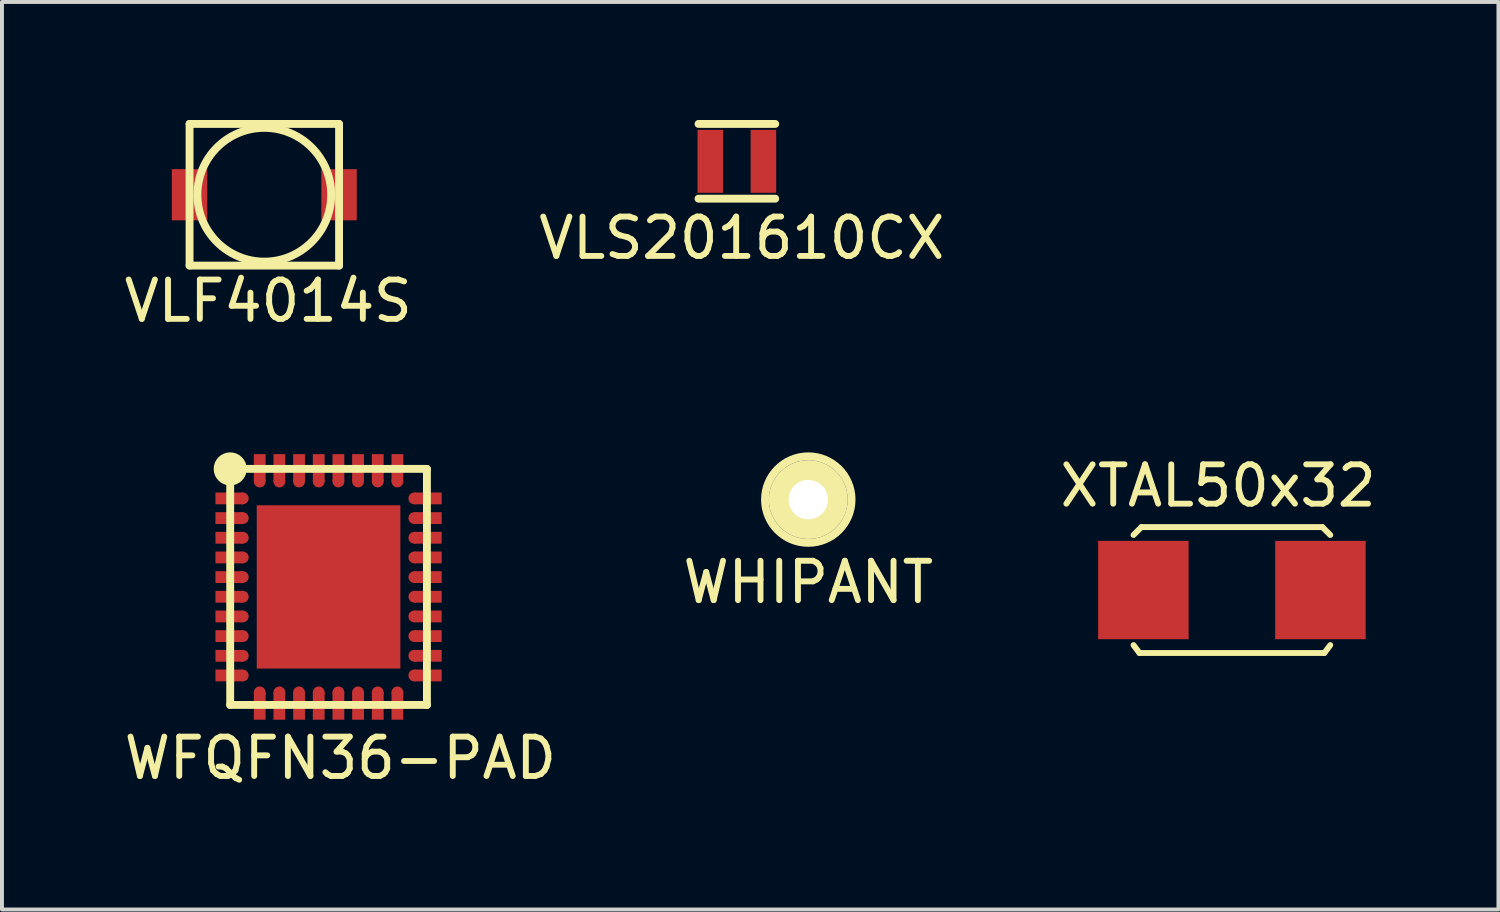
<source format=kicad_pcb>
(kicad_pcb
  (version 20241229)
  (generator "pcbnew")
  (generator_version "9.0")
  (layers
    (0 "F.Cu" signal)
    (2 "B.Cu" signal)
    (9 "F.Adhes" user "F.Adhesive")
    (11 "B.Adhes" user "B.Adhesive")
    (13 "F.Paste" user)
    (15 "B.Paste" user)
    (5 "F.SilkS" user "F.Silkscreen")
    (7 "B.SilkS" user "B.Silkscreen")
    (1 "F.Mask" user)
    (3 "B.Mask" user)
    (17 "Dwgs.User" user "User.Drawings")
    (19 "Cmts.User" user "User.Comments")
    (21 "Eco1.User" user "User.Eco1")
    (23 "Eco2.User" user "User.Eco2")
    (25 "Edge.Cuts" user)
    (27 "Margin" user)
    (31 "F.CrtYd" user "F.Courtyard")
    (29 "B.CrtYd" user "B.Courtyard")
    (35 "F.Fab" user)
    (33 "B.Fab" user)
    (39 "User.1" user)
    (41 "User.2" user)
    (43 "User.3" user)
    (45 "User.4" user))
  (footprint "VLF4014S"
    (layer "F.Cu")
    (at 1.768 1.9)
    (property "Reference" "VLF4014S" (at 2 2.7 0) (layer "F.SilkS") (effects (font (size 1 1) (thickness 0.15))))
    (attr through_hole)
    (fp_line (start 0 -1.8) (end 3.8 -1.8) (stroke (width 0.2) (type solid)) (layer "F.SilkS"))
    (fp_line (start 0 1.8) (end 0 -1.8) (stroke (width 0.2) (type solid)) (layer "F.SilkS"))
    (fp_line (start 3.8 -1.8) (end 3.8 1.8) (stroke (width 0.2) (type solid)) (layer "F.SilkS"))
    (fp_line (start 3.8 1.8) (end 0 1.8) (stroke (width 0.2) (type solid)) (layer "F.SilkS"))
    (fp_circle (center 1.9 0) (end 3.6 0) (stroke (width 0.2) (type solid)) (fill no) (layer "F.SilkS"))
    (pad "1" smd rect (at 0 0) (size 0.9 1.3) (layers "F.Cu" "F.Mask" "F.Paste"))
    (pad "2" smd rect (at 3.8 0) (size 0.9 1.3) (layers "F.Cu" "F.Mask" "F.Paste")))
  (footprint "WFQFN36-PAD"
    (layer "F.Cu")
    (at 2.851 9.618)
    (property "Reference" "WFQFN36-PAD" (at 2.75 6.6 0) (layer "F.SilkS") (effects (font (size 1 1) (thickness 0.15))))
    (attr through_hole)
    (fp_line (start -0.05 -0.75) (end 4.95 -0.75) (stroke (width 0.2) (type solid)) (layer "F.SilkS"))
    (fp_line (start -0.05 5.25) (end -0.05 -0.75) (stroke (width 0.2) (type solid)) (layer "F.SilkS"))
    (fp_line (start 4.95 -0.75) (end 4.95 5.25) (stroke (width 0.2) (type solid)) (layer "F.SilkS"))
    (fp_line (start 4.95 5.25) (end -0.05 5.25) (stroke (width 0.2) (type solid)) (layer "F.SilkS"))
    (fp_circle (center -0.05 -0.75) (end 0.1 -0.65) (stroke (width 0.2) (type solid)) (fill no) (layer "F.SilkS"))
    (fp_circle (center -0.05 -0.75) (end 0.2 -0.55) (stroke (width 0.2) (type solid)) (fill no) (layer "F.SilkS"))
    (pad "" smd rect (at 1.697 1.372) (size 1.3 1.55) (layers "F.Mask" "F.Paste"))
    (pad "" smd rect (at 1.697 3.128) (size 1.3 1.55) (layers "F.Mask" "F.Paste"))
    (pad "" smd rect (at 3.203 1.372) (size 1.3 1.55) (layers "F.Mask" "F.Paste"))
    (pad "" smd rect (at 3.203 3.128) (size 1.3 1.55) (layers "F.Mask" "F.Paste"))
    (pad "1" smd rect (at 0 0) (size 0.7 0.3) (drill (offset -0.075 0)) (layers "F.Cu" "F.Mask" "F.Paste"))
    (pad "1" smd circle (at 0.27 0) (size 0.3 0.3) (layers "F.Cu" "F.Mask" "F.Paste"))
    (pad "2" smd rect (at 0 0.5) (size 0.7 0.3) (drill (offset -0.075 0)) (layers "F.Cu" "F.Mask" "F.Paste"))
    (pad "2" smd circle (at 0.27 0.5) (size 0.3 0.3) (layers "F.Cu" "F.Mask" "F.Paste"))
    (pad "3" smd rect (at 0 1) (size 0.7 0.3) (drill (offset -0.075 0)) (layers "F.Cu" "F.Mask" "F.Paste"))
    (pad "3" smd circle (at 0.27 1) (size 0.3 0.3) (layers "F.Cu" "F.Mask" "F.Paste"))
    (pad "4" smd rect (at 0 1.5) (size 0.7 0.3) (drill (offset -0.075 0)) (layers "F.Cu" "F.Mask" "F.Paste"))
    (pad "4" smd circle (at 0.27 1.5) (size 0.3 0.3) (layers "F.Cu" "F.Mask" "F.Paste"))
    (pad "5" smd rect (at 0 2) (size 0.7 0.3) (drill (offset -0.075 0)) (layers "F.Cu" "F.Mask" "F.Paste"))
    (pad "5" smd circle (at 0.27 2) (size 0.3 0.3) (layers "F.Cu" "F.Mask" "F.Paste"))
    (pad "6" smd rect (at 0 2.5) (size 0.7 0.3) (drill (offset -0.075 0)) (layers "F.Cu" "F.Mask" "F.Paste"))
    (pad "6" smd circle (at 0.27 2.5) (size 0.3 0.3) (layers "F.Cu" "F.Mask" "F.Paste"))
    (pad "7" smd rect (at 0 3) (size 0.7 0.3) (drill (offset -0.075 0)) (layers "F.Cu" "F.Mask" "F.Paste"))
    (pad "7" smd circle (at 0.27 3) (size 0.3 0.3) (layers "F.Cu" "F.Mask" "F.Paste"))
    (pad "8" smd rect (at 0 3.5) (size 0.7 0.3) (drill (offset -0.075 0)) (layers "F.Cu" "F.Mask" "F.Paste"))
    (pad "8" smd circle (at 0.27 3.5) (size 0.3 0.3) (layers "F.Cu" "F.Mask" "F.Paste"))
    (pad "9" smd rect (at 0 4) (size 0.7 0.3) (drill (offset -0.075 0)) (layers "F.Cu" "F.Mask" "F.Paste"))
    (pad "9" smd circle (at 0.27 4) (size 0.3 0.3) (layers "F.Cu" "F.Mask" "F.Paste"))
    (pad "10" smd rect (at 0 4.5) (size 0.7 0.3) (drill (offset -0.075 0)) (layers "F.Cu" "F.Mask" "F.Paste"))
    (pad "10" smd circle (at 0.27 4.5) (size 0.3 0.3) (layers "F.Cu" "F.Mask" "F.Paste"))
    (pad "11" smd circle (at 0.7 4.93) (size 0.3 0.3) (layers "F.Cu" "F.Mask" "F.Paste"))
    (pad "11" smd rect (at 0.7 5.2) (size 0.3 0.7) (drill (offset 0 0.075)) (layers "F.Cu" "F.Mask" "F.Paste"))
    (pad "12" smd circle (at 1.2 4.93) (size 0.3 0.3) (layers "F.Cu" "F.Mask" "F.Paste"))
    (pad "12" smd rect (at 1.2 5.2) (size 0.3 0.7) (drill (offset 0 0.075)) (layers "F.Cu" "F.Mask" "F.Paste"))
    (pad "13" smd circle (at 1.7 4.93) (size 0.3 0.3) (layers "F.Cu" "F.Mask" "F.Paste"))
    (pad "13" smd rect (at 1.7 5.2) (size 0.3 0.7) (drill (offset 0 0.075)) (layers "F.Cu" "F.Mask" "F.Paste"))
    (pad "14" smd circle (at 2.2 4.93) (size 0.3 0.3) (layers "F.Cu" "F.Mask" "F.Paste"))
    (pad "14" smd rect (at 2.2 5.2) (size 0.3 0.7) (drill (offset 0 0.075)) (layers "F.Cu" "F.Mask" "F.Paste"))
    (pad "15" smd circle (at 2.7 4.93) (size 0.3 0.3) (layers "F.Cu" "F.Mask" "F.Paste"))
    (pad "15" smd rect (at 2.7 5.2) (size 0.3 0.7) (drill (offset 0 0.075)) (layers "F.Cu" "F.Mask" "F.Paste"))
    (pad "16" smd circle (at 3.2 4.93) (size 0.3 0.3) (layers "F.Cu" "F.Mask" "F.Paste"))
    (pad "16" smd rect (at 3.2 5.2) (size 0.3 0.7) (drill (offset 0 0.075)) (layers "F.Cu" "F.Mask" "F.Paste"))
    (pad "17" smd circle (at 3.7 4.93) (size 0.3 0.3) (layers "F.Cu" "F.Mask" "F.Paste"))
    (pad "17" smd rect (at 3.7 5.2) (size 0.3 0.7) (drill (offset 0 0.075)) (layers "F.Cu" "F.Mask" "F.Paste"))
    (pad "18" smd circle (at 4.2 4.93) (size 0.3 0.3) (layers "F.Cu" "F.Mask" "F.Paste"))
    (pad "18" smd rect (at 4.2 5.2) (size 0.3 0.7) (drill (offset 0 0.075)) (layers "F.Cu" "F.Mask" "F.Paste"))
    (pad "19" smd circle (at 4.63 4.5) (size 0.3 0.3) (layers "F.Cu" "F.Mask" "F.Paste"))
    (pad "19" smd rect (at 4.9 4.5) (size 0.7 0.3) (drill (offset 0.075 0)) (layers "F.Cu" "F.Mask" "F.Paste"))
    (pad "20" smd circle (at 4.63 4) (size 0.3 0.3) (layers "F.Cu" "F.Mask" "F.Paste"))
    (pad "20" smd rect (at 4.9 4) (size 0.7 0.3) (drill (offset 0.075 0)) (layers "F.Cu" "F.Mask" "F.Paste"))
    (pad "21" smd circle (at 4.63 3.5) (size 0.3 0.3) (layers "F.Cu" "F.Mask" "F.Paste"))
    (pad "21" smd rect (at 4.9 3.5) (size 0.7 0.3) (drill (offset 0.075 0)) (layers "F.Cu" "F.Mask" "F.Paste"))
    (pad "22" smd circle (at 4.63 3) (size 0.3 0.3) (layers "F.Cu" "F.Mask" "F.Paste"))
    (pad "22" smd rect (at 4.9 3) (size 0.7 0.3) (drill (offset 0.075 0)) (layers "F.Cu" "F.Mask" "F.Paste"))
    (pad "23" smd circle (at 4.63 2.5) (size 0.3 0.3) (layers "F.Cu" "F.Mask" "F.Paste"))
    (pad "23" smd rect (at 4.9 2.5) (size 0.7 0.3) (drill (offset 0.075 0)) (layers "F.Cu" "F.Mask" "F.Paste"))
    (pad "24" smd circle (at 4.63 2) (size 0.3 0.3) (layers "F.Cu" "F.Mask" "F.Paste"))
    (pad "24" smd rect (at 4.9 2) (size 0.7 0.3) (drill (offset 0.075 0)) (layers "F.Cu" "F.Mask" "F.Paste"))
    (pad "25" smd circle (at 4.63 1.5) (size 0.3 0.3) (layers "F.Cu" "F.Mask" "F.Paste"))
    (pad "25" smd rect (at 4.9 1.5) (size 0.7 0.3) (drill (offset 0.075 0)) (layers "F.Cu" "F.Mask" "F.Paste"))
    (pad "26" smd circle (at 4.63 1) (size 0.3 0.3) (layers "F.Cu" "F.Mask" "F.Paste"))
    (pad "26" smd rect (at 4.9 1) (size 0.7 0.3) (drill (offset 0.075 0)) (layers "F.Cu" "F.Mask" "F.Paste"))
    (pad "27" smd circle (at 4.63 0.5) (size 0.3 0.3) (layers "F.Cu" "F.Mask" "F.Paste"))
    (pad "27" smd rect (at 4.9 0.5) (size 0.7 0.3) (drill (offset 0.075 0)) (layers "F.Cu" "F.Mask" "F.Paste"))
    (pad "28" smd circle (at 4.63 0) (size 0.3 0.3) (layers "F.Cu" "F.Mask" "F.Paste"))
    (pad "28" smd rect (at 4.9 0) (size 0.7 0.3) (drill (offset 0.075 0)) (layers "F.Cu" "F.Mask" "F.Paste"))
    (pad "29" smd rect (at 4.2 -0.7) (size 0.3 0.7) (drill (offset 0 -0.075)) (layers "F.Cu" "F.Mask" "F.Paste"))
    (pad "29" smd circle (at 4.2 -0.43) (size 0.3 0.3) (layers "F.Cu" "F.Mask" "F.Paste"))
    (pad "30" smd rect (at 3.7 -0.7) (size 0.3 0.7) (drill (offset 0 -0.075)) (layers "F.Cu" "F.Mask" "F.Paste"))
    (pad "30" smd circle (at 3.7 -0.43) (size 0.3 0.3) (layers "F.Cu" "F.Mask" "F.Paste"))
    (pad "31" smd rect (at 3.2 -0.7) (size 0.3 0.7) (drill (offset 0 -0.075)) (layers "F.Cu" "F.Mask" "F.Paste"))
    (pad "31" smd circle (at 3.2 -0.43) (size 0.3 0.3) (layers "F.Cu" "F.Mask" "F.Paste"))
    (pad "32" smd rect (at 2.7 -0.7) (size 0.3 0.7) (drill (offset 0 -0.075)) (layers "F.Cu" "F.Mask" "F.Paste"))
    (pad "32" smd circle (at 2.7 -0.43) (size 0.3 0.3) (layers "F.Cu" "F.Mask" "F.Paste"))
    (pad "33" smd rect (at 2.2 -0.7) (size 0.3 0.7) (drill (offset 0 -0.075)) (layers "F.Cu" "F.Mask" "F.Paste"))
    (pad "33" smd circle (at 2.2 -0.43) (size 0.3 0.3) (layers "F.Cu" "F.Mask" "F.Paste"))
    (pad "34" smd rect (at 1.7 -0.7) (size 0.3 0.7) (drill (offset 0 -0.075)) (layers "F.Cu" "F.Mask" "F.Paste"))
    (pad "34" smd circle (at 1.7 -0.43) (size 0.3 0.3) (layers "F.Cu" "F.Mask" "F.Paste"))
    (pad "35" smd rect (at 1.2 -0.7) (size 0.3 0.7) (drill (offset 0 -0.075)) (layers "F.Cu" "F.Mask" "F.Paste"))
    (pad "35" smd circle (at 1.2 -0.43) (size 0.3 0.3) (layers "F.Cu" "F.Mask" "F.Paste"))
    (pad "36" smd rect (at 0.7 -0.7) (size 0.3 0.7) (drill (offset 0 -0.075)) (layers "F.Cu" "F.Mask" "F.Paste"))
    (pad "36" smd circle (at 0.7 -0.43) (size 0.3 0.3) (layers "F.Cu" "F.Mask" "F.Paste"))
    (pad "PAD" smd rect (at 2.45 2.25) (size 3.65 4.15) (layers "F.Cu")))
  (footprint "VLS201610CX"
    (layer "F.Cu")
    (at 15.004 1.05)
    (property "Reference" "VLS201610CX" (at 0.8 1.95 0) (layer "F.SilkS") (effects (font (size 1 1) (thickness 0.15))))
    (attr through_hole)
    (fp_line (start -0.3 -0.95) (end 1.65 -0.95) (stroke (width 0.2) (type solid)) (layer "F.SilkS"))
    (fp_line (start -0.3 0.95) (end 1.65 0.95) (stroke (width 0.2) (type solid)) (layer "F.SilkS"))
    (pad "1" smd rect (at 0 0) (size 0.65 1.6) (layers "F.Cu" "F.Mask" "F.Paste"))
    (pad "2" smd rect (at 1.35 0) (size 0.65 1.6) (layers "F.Cu" "F.Mask" "F.Paste")))
  (footprint "XTAL50x32"
    (layer "F.Cu")
    (at 26.211 11.947)
    (property "Reference" "XTAL50x32" (at 1.7 -2.65 0) (layer "F.SilkS") (effects (font (size 1 1) (thickness 0.15))))
    (attr through_hole)
    (fp_line (start -0.45 -1.4) (end -0.25 -1.6) (stroke (width 0.15) (type solid)) (layer "F.SilkS"))
    (fp_line (start -0.45 1.4) (end -0.3 1.6) (stroke (width 0.15) (type solid)) (layer "F.SilkS"))
    (fp_line (start -0.3 1.6) (end 4.4 1.6) (stroke (width 0.15) (type solid)) (layer "F.SilkS"))
    (fp_line (start -0.25 -1.6) (end 4.35 -1.6) (stroke (width 0.15) (type solid)) (layer "F.SilkS"))
    (fp_line (start 4.55 -1.4) (end 4.35 -1.6) (stroke (width 0.15) (type solid)) (layer "F.SilkS"))
    (fp_line (start 4.55 1.4) (end 4.4 1.6) (stroke (width 0.15) (type solid)) (layer "F.SilkS"))
    (pad "1" smd rect (at 0 0) (size 2.3 2.5) (drill (offset -0.2 0)) (layers "F.Cu" "F.Mask" "F.Paste"))
    (pad "2" smd rect (at 4.1 0) (size 2.3 2.5) (drill (offset 0.2 0)) (layers "F.Cu" "F.Mask" "F.Paste")))
  (footprint "WHIPANT"
    (layer "F.Cu")
    (at 17.494 9.648)
    (property "Reference" "WHIPANT" (at 0 2.1 0) (layer "F.SilkS") (effects (font (size 1 1) (thickness 0.15))))
    (attr through_hole)
    (fp_circle (center 0 0) (end 1.1 0) (stroke (width 0.2) (type solid)) (fill no) (layer "F.SilkS"))
    (pad "1" thru_hole circle (at 0 0) (size 2 2) (drill 1) (layers "*.Cu" "*.Mask" "F.SilkS")))
  (gr_rect
    (start -3 -3)
    (end 35.036 20.067)
    (stroke (width 0.1) (type default))
    (fill no)
    (layer "Edge.Cuts")))
</source>
